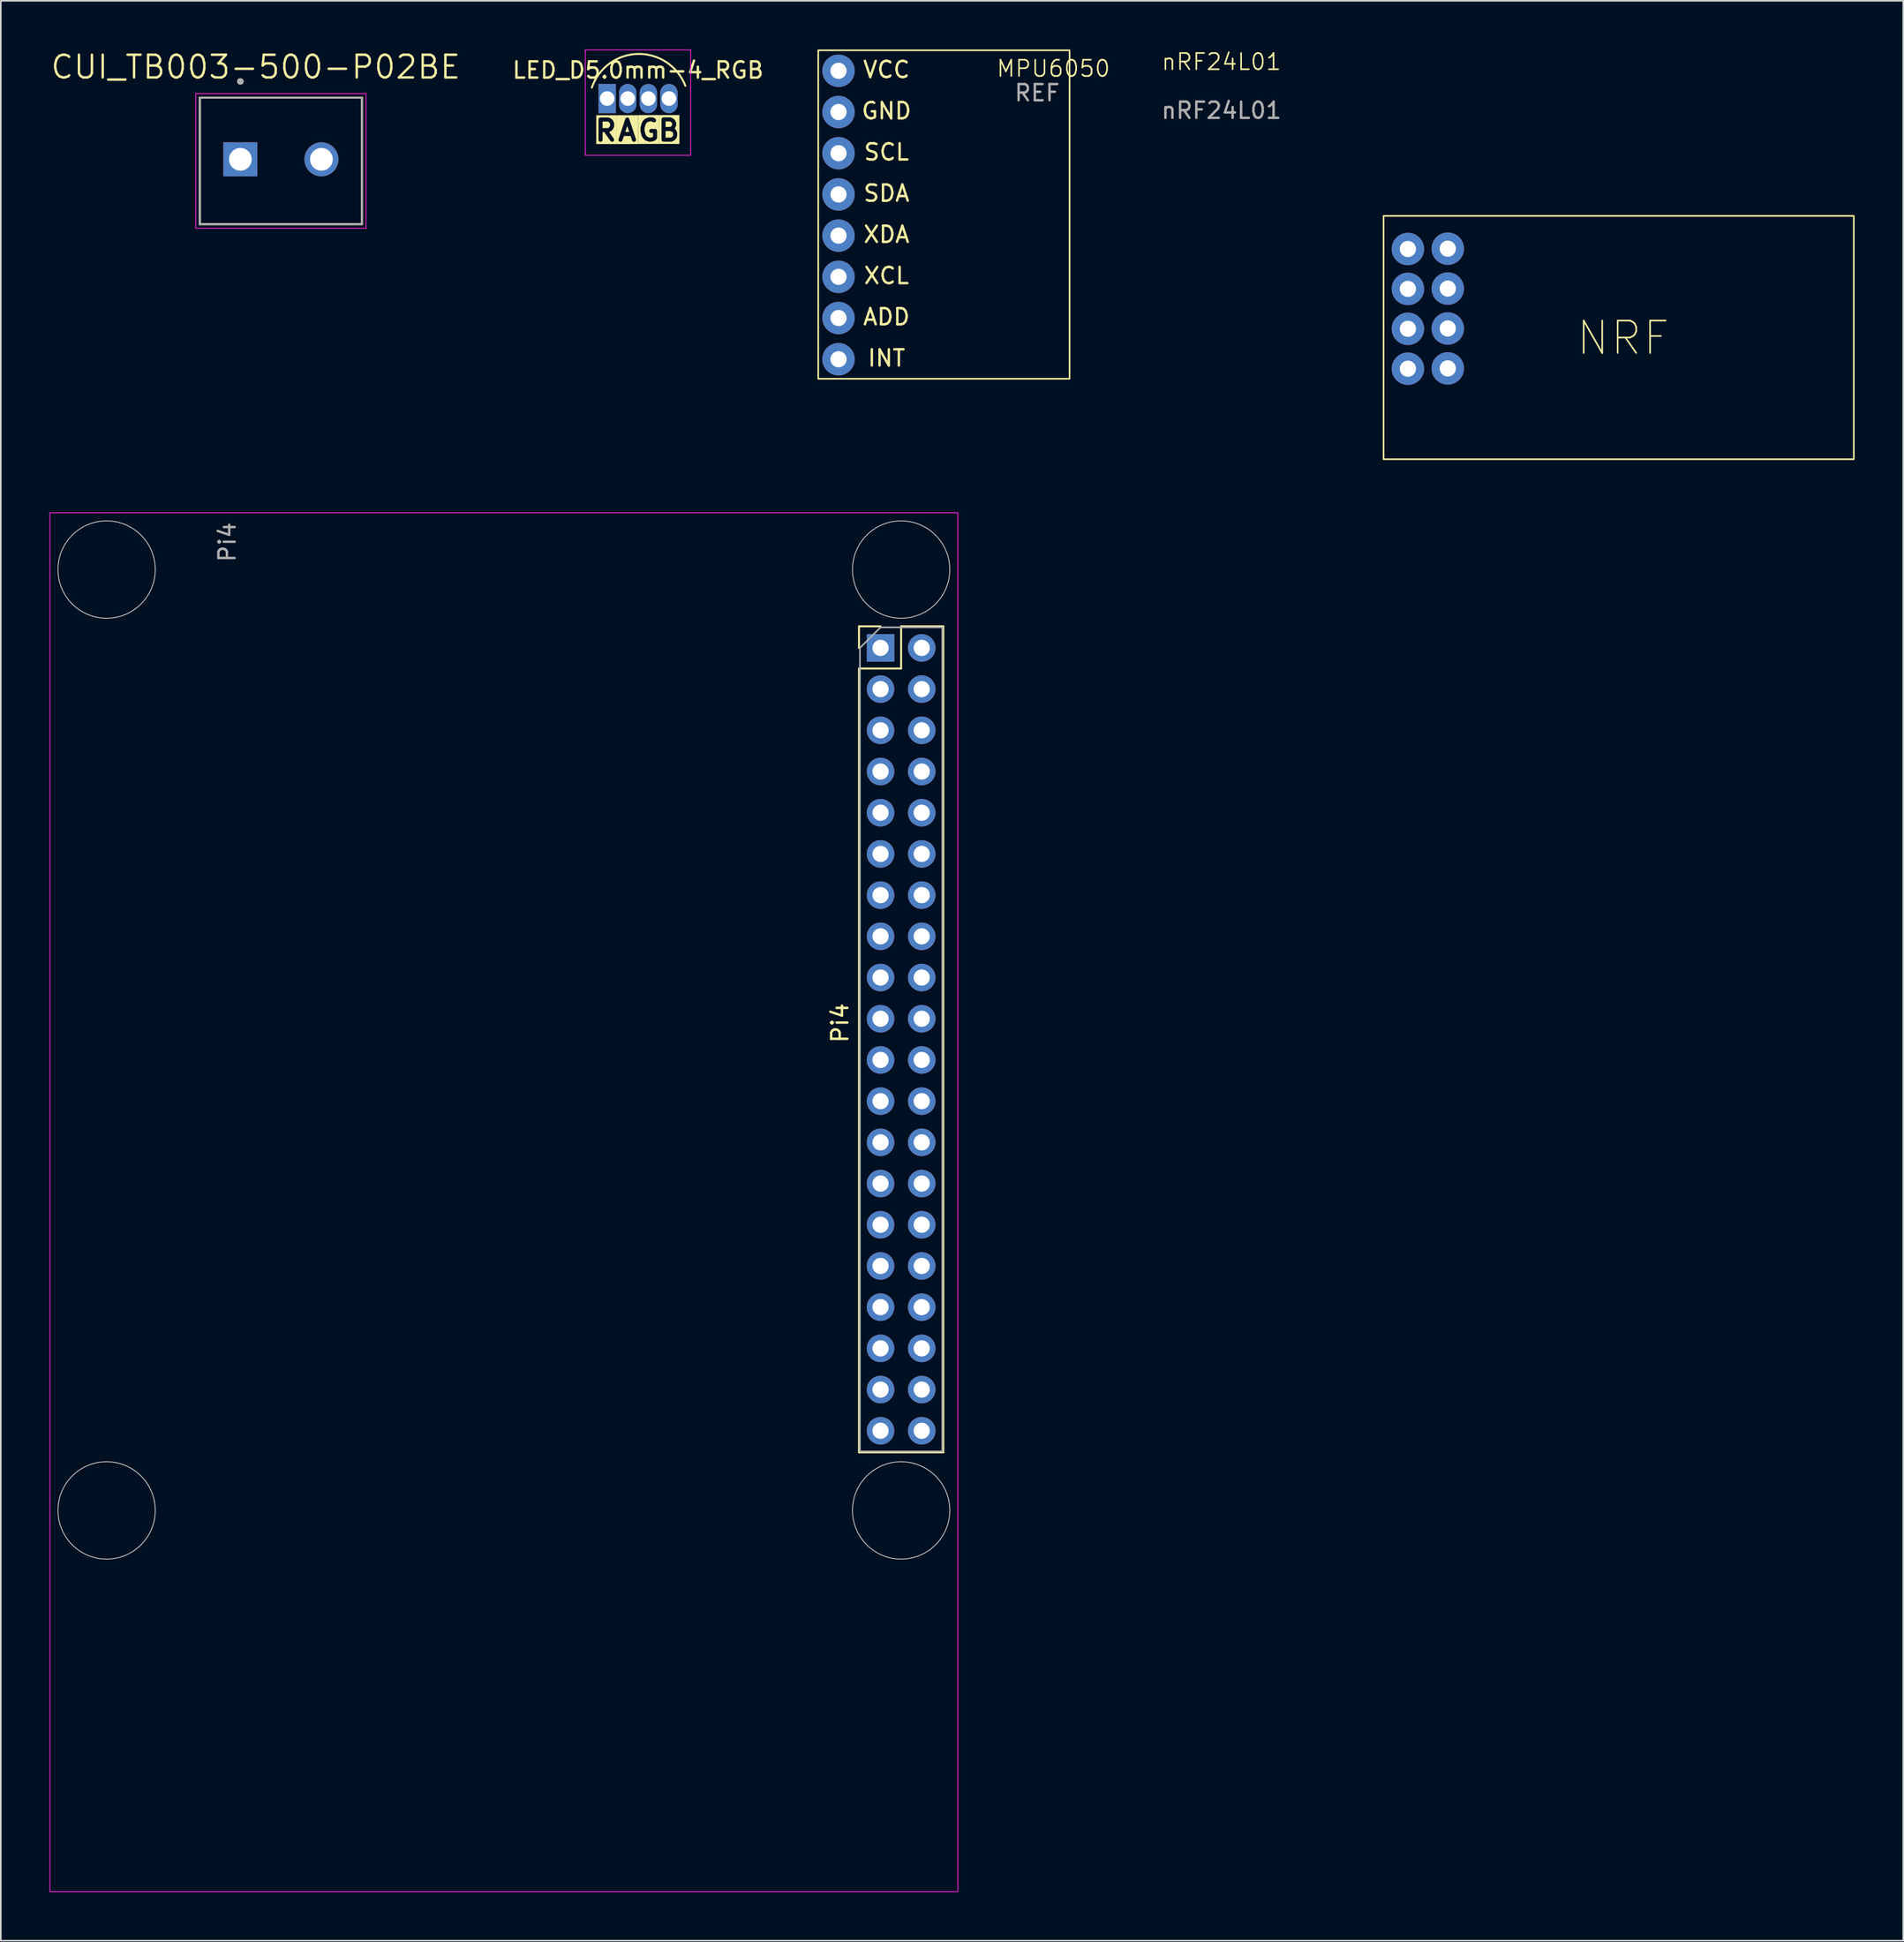
<source format=kicad_pcb>
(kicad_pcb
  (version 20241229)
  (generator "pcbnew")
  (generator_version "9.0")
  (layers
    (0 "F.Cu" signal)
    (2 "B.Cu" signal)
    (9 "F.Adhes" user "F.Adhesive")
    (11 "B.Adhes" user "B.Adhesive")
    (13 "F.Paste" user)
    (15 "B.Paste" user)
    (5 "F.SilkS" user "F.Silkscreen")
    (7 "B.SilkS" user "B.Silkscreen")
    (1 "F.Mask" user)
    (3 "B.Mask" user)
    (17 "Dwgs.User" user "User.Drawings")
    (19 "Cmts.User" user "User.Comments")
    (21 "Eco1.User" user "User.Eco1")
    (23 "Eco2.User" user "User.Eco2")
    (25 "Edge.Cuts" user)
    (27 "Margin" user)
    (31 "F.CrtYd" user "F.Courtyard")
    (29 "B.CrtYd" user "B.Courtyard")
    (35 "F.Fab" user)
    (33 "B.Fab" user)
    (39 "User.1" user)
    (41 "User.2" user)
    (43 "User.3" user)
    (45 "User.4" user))
  (footprint "nRF24L01"
    (layer "F.Cu")
    (at 72.278 1.26)
    (property "Reference" "nRF24L01" (at 0 -0.5 0) (unlocked yes) (layer "F.SilkS") (effects (font (size 1 1) (thickness 0.1))))
    (attr smd)
    (fp_rect (start 10 9) (end 39 24) (stroke (width 0.1) (type default)) (fill no) (layer "F.SilkS"))
    (fp_text user "NRF" (at 21.8 17.7 0) (unlocked yes) (layer "F.SilkS") (effects (font (size 2 2) (thickness 0.1)) (justify left bottom)))
    (fp_text user "${REFERENCE}" (at 0 2.5 0) (unlocked yes) (layer "F.Fab") (effects (font (size 1 1) (thickness 0.15))))
    (pad "1" thru_hole circle (at 11.5 11.04) (size 2 2) (drill 1) (layers "*.Cu" "*.Mask"))
    (pad "2" thru_hole circle (at 11.5 13.5) (size 2 2) (drill 1) (layers "*.Cu" "*.Mask"))
    (pad "3" thru_hole circle (at 11.5 15.96) (size 2 2) (drill 1) (layers "*.Cu" "*.Mask"))
    (pad "4" thru_hole circle (at 11.5 18.42) (size 2 2) (drill 1) (layers "*.Cu" "*.Mask"))
    (pad "5" thru_hole circle (at 13.96 11.02) (size 2 2) (drill 1) (layers "*.Cu" "*.Mask"))
    (pad "6" thru_hole circle (at 13.96 13.48) (size 2 2) (drill 1) (layers "*.Cu" "*.Mask"))
    (pad "7" thru_hole circle (at 13.96 15.94) (size 2 2) (drill 1) (layers "*.Cu" "*.Mask"))
    (pad "8" thru_hole circle (at 13.96 18.4) (size 2 2) (drill 1) (layers "*.Cu" "*.Mask")))
  (footprint "Pi4"
    (layer "F.Cu")
    (at 56.025 28.561)
    (property "Reference" "Pi4" (at -7.27 31.45 270) (layer "F.SilkS") (effects (font (size 1 1) (thickness 0.15))))
    (attr through_hole)
    (fp_line (start -6.1 7) (end -4.77 7) (stroke (width 0.12) (type solid)) (layer "F.SilkS"))
    (fp_line (start -6.1 8.33) (end -6.1 7) (stroke (width 0.12) (type solid)) (layer "F.SilkS"))
    (fp_line (start -6.1 9.6) (end -6.1 57.92) (stroke (width 0.12) (type solid)) (layer "F.SilkS"))
    (fp_line (start -6.1 9.6) (end -3.5 9.6) (stroke (width 0.12) (type solid)) (layer "F.SilkS"))
    (fp_line (start -6.1 57.92) (end -0.9 57.92) (stroke (width 0.12) (type solid)) (layer "F.SilkS"))
    (fp_line (start -3.5 7) (end -0.9 7) (stroke (width 0.12) (type solid)) (layer "F.SilkS"))
    (fp_line (start -3.5 9.6) (end -3.5 7) (stroke (width 0.12) (type solid)) (layer "F.SilkS"))
    (fp_line (start -0.9 7) (end -0.9 57.92) (stroke (width 0.12) (type solid)) (layer "F.SilkS"))
    (fp_circle (center -52.5 3.5) (end -49.5 3.5) (stroke (width 0.05) (type default)) (fill no) (layer "Edge.Cuts"))
    (fp_circle (center -52.5 61.5) (end -49.5 61.5) (stroke (width 0.05) (type default)) (fill no) (layer "Edge.Cuts"))
    (fp_circle (center -3.5 3.5) (end -0.5 3.5) (stroke (width 0.05) (type default)) (fill no) (layer "Edge.Cuts"))
    (fp_circle (center -3.5 61.5) (end -0.5 61.5) (stroke (width 0.05) (type default)) (fill no) (layer "Edge.Cuts"))
    (fp_line (start -56 0) (end -56 85) (stroke (width 0.05) (type solid)) (layer "F.CrtYd"))
    (fp_line (start 0 0) (end -56 0) (stroke (width 0.05) (type solid)) (layer "F.CrtYd"))
    (fp_line (start 0 0) (end 0 85) (stroke (width 0.05) (type solid)) (layer "F.CrtYd"))
    (fp_line (start 0 85) (end -56 85) (stroke (width 0.05) (type solid)) (layer "F.CrtYd"))
    (fp_line (start -6.04 8.33) (end -4.77 7.06) (stroke (width 0.1) (type solid)) (layer "F.Fab"))
    (fp_line (start -6.04 57.86) (end -6.04 8.33) (stroke (width 0.1) (type solid)) (layer "F.Fab"))
    (fp_line (start -4.77 7.06) (end -0.96 7.06) (stroke (width 0.1) (type solid)) (layer "F.Fab"))
    (fp_line (start -0.96 7.06) (end -0.96 57.86) (stroke (width 0.1) (type solid)) (layer "F.Fab"))
    (fp_line (start -0.96 57.86) (end -6.04 57.86) (stroke (width 0.1) (type solid)) (layer "F.Fab"))
    (fp_text user "${REFERENCE}" (at -45.06 1.81 270) (layer "F.Fab") (effects (font (size 1 1) (thickness 0.15))))
    (pad "1" thru_hole rect (at -4.77 8.33) (size 1.7 1.7) (drill 1) (layers "*.Cu" "*.Mask"))
    (pad "2" thru_hole oval (at -2.23 8.33) (size 1.7 1.7) (drill 1) (layers "*.Cu" "*.Mask"))
    (pad "3" thru_hole oval (at -4.77 10.87) (size 1.7 1.7) (drill 1) (layers "*.Cu" "*.Mask"))
    (pad "4" thru_hole oval (at -2.23 10.87) (size 1.7 1.7) (drill 1) (layers "*.Cu" "*.Mask"))
    (pad "5" thru_hole oval (at -4.77 13.41) (size 1.7 1.7) (drill 1) (layers "*.Cu" "*.Mask"))
    (pad "6" thru_hole oval (at -2.23 13.41) (size 1.7 1.7) (drill 1) (layers "*.Cu" "*.Mask"))
    (pad "7" thru_hole oval (at -4.77 15.95) (size 1.7 1.7) (drill 1) (layers "*.Cu" "*.Mask"))
    (pad "8" thru_hole oval (at -2.23 15.95) (size 1.7 1.7) (drill 1) (layers "*.Cu" "*.Mask"))
    (pad "9" thru_hole oval (at -4.77 18.49) (size 1.7 1.7) (drill 1) (layers "*.Cu" "*.Mask"))
    (pad "10" thru_hole oval (at -2.23 18.49) (size 1.7 1.7) (drill 1) (layers "*.Cu" "*.Mask"))
    (pad "11" thru_hole oval (at -4.77 21.03) (size 1.7 1.7) (drill 1) (layers "*.Cu" "*.Mask"))
    (pad "12" thru_hole oval (at -2.23 21.03) (size 1.7 1.7) (drill 1) (layers "*.Cu" "*.Mask"))
    (pad "13" thru_hole oval (at -4.77 23.57) (size 1.7 1.7) (drill 1) (layers "*.Cu" "*.Mask"))
    (pad "14" thru_hole oval (at -2.23 23.57) (size 1.7 1.7) (drill 1) (layers "*.Cu" "*.Mask"))
    (pad "15" thru_hole oval (at -4.77 26.11) (size 1.7 1.7) (drill 1) (layers "*.Cu" "*.Mask"))
    (pad "16" thru_hole oval (at -2.23 26.11) (size 1.7 1.7) (drill 1) (layers "*.Cu" "*.Mask"))
    (pad "17" thru_hole oval (at -4.77 28.65) (size 1.7 1.7) (drill 1) (layers "*.Cu" "*.Mask"))
    (pad "18" thru_hole oval (at -2.23 28.65) (size 1.7 1.7) (drill 1) (layers "*.Cu" "*.Mask"))
    (pad "19" thru_hole oval (at -4.77 31.19) (size 1.7 1.7) (drill 1) (layers "*.Cu" "*.Mask"))
    (pad "20" thru_hole oval (at -2.23 31.19) (size 1.7 1.7) (drill 1) (layers "*.Cu" "*.Mask"))
    (pad "21" thru_hole oval (at -4.77 33.73) (size 1.7 1.7) (drill 1) (layers "*.Cu" "*.Mask"))
    (pad "22" thru_hole oval (at -2.23 33.73) (size 1.7 1.7) (drill 1) (layers "*.Cu" "*.Mask"))
    (pad "23" thru_hole oval (at -4.77 36.27) (size 1.7 1.7) (drill 1) (layers "*.Cu" "*.Mask"))
    (pad "24" thru_hole oval (at -2.23 36.27) (size 1.7 1.7) (drill 1) (layers "*.Cu" "*.Mask"))
    (pad "25" thru_hole oval (at -4.77 38.81) (size 1.7 1.7) (drill 1) (layers "*.Cu" "*.Mask"))
    (pad "26" thru_hole oval (at -2.23 38.81) (size 1.7 1.7) (drill 1) (layers "*.Cu" "*.Mask"))
    (pad "27" thru_hole oval (at -4.77 41.35) (size 1.7 1.7) (drill 1) (layers "*.Cu" "*.Mask"))
    (pad "28" thru_hole oval (at -2.23 41.35) (size 1.7 1.7) (drill 1) (layers "*.Cu" "*.Mask"))
    (pad "29" thru_hole oval (at -4.77 43.89) (size 1.7 1.7) (drill 1) (layers "*.Cu" "*.Mask"))
    (pad "30" thru_hole oval (at -2.23 43.89) (size 1.7 1.7) (drill 1) (layers "*.Cu" "*.Mask"))
    (pad "31" thru_hole oval (at -4.77 46.43) (size 1.7 1.7) (drill 1) (layers "*.Cu" "*.Mask"))
    (pad "32" thru_hole oval (at -2.23 46.43) (size 1.7 1.7) (drill 1) (layers "*.Cu" "*.Mask"))
    (pad "33" thru_hole oval (at -4.77 48.97) (size 1.7 1.7) (drill 1) (layers "*.Cu" "*.Mask"))
    (pad "34" thru_hole oval (at -2.23 48.97) (size 1.7 1.7) (drill 1) (layers "*.Cu" "*.Mask"))
    (pad "35" thru_hole oval (at -4.77 51.51) (size 1.7 1.7) (drill 1) (layers "*.Cu" "*.Mask"))
    (pad "36" thru_hole oval (at -2.23 51.51) (size 1.7 1.7) (drill 1) (layers "*.Cu" "*.Mask"))
    (pad "37" thru_hole oval (at -4.77 54.05) (size 1.7 1.7) (drill 1) (layers "*.Cu" "*.Mask"))
    (pad "38" thru_hole oval (at -2.23 54.05) (size 1.7 1.7) (drill 1) (layers "*.Cu" "*.Mask"))
    (pad "39" thru_hole oval (at -4.77 56.59) (size 1.7 1.7) (drill 1) (layers "*.Cu" "*.Mask"))
    (pad "40" thru_hole oval (at -2.23 56.59) (size 1.7 1.7) (drill 1) (layers "*.Cu" "*.Mask")))
  (footprint "CUI_TB003-500-P02BE"
    (layer "F.Cu")
    (at 11.773 6.771)
    (property "Reference" "CUI_TB003-500-P02BE" (at 0.945 -5.689 0) (layer "F.SilkS") (effects (font (size 1.4 1.4) (thickness 0.15))))
    (attr through_hole)
    (fp_line (start -2.5 -3.8) (end 7.5 -3.8) (stroke (width 0.127) (type solid)) (layer "F.SilkS"))
    (fp_line (start -2.5 4) (end -2.5 -3.8) (stroke (width 0.127) (type solid)) (layer "F.SilkS"))
    (fp_line (start 7.5 -3.8) (end 7.5 4) (stroke (width 0.127) (type solid)) (layer "F.SilkS"))
    (fp_line (start 7.5 4) (end -2.5 4) (stroke (width 0.127) (type solid)) (layer "F.SilkS"))
    (fp_circle (center 0 -4.8) (end 0.1 -4.8) (stroke (width 0.2) (type solid)) (fill no) (layer "F.SilkS"))
    (fp_line (start -2.75 -4.05) (end 7.75 -4.05) (stroke (width 0.05) (type solid)) (layer "F.CrtYd"))
    (fp_line (start -2.75 4.25) (end -2.75 -4.05) (stroke (width 0.05) (type solid)) (layer "F.CrtYd"))
    (fp_line (start 7.75 -4.05) (end 7.75 4.25) (stroke (width 0.05) (type solid)) (layer "F.CrtYd"))
    (fp_line (start 7.75 4.25) (end -2.75 4.25) (stroke (width 0.05) (type solid)) (layer "F.CrtYd"))
    (fp_line (start -2.5 -3.8) (end 7.5 -3.8) (stroke (width 0.127) (type solid)) (layer "F.Fab"))
    (fp_line (start -2.5 4) (end -2.5 -3.8) (stroke (width 0.127) (type solid)) (layer "F.Fab"))
    (fp_line (start 7.5 -3.8) (end 7.5 4) (stroke (width 0.127) (type solid)) (layer "F.Fab"))
    (fp_line (start 7.5 4) (end -2.5 4) (stroke (width 0.127) (type solid)) (layer "F.Fab"))
    (fp_circle (center 0 -4.8) (end 0.1 -4.8) (stroke (width 0.2) (type solid)) (fill no) (layer "F.Fab"))
    (pad "1" thru_hole rect (at 0 0) (size 2.1 2.1) (drill 1.4) (layers "*.Cu" "*.Mask"))
    (pad "2" thru_hole circle (at 5 0) (size 2.1 2.1) (drill 1.4) (layers "*.Cu" "*.Mask")))
  (footprint "MPU6050"
    (layer "F.Cu")
    (at 47.413 10.175)
    (property "Reference" "MPU6050" (at 14.5 -9 0) (unlocked yes) (layer "F.SilkS") (effects (font (size 1 1) (thickness 0.1))))
    (attr smd)
    (fp_rect (start 0 -10.125) (end 15.5 10.125) (stroke (width 0.1) (type default)) (fill no) (layer "F.SilkS"))
    (fp_text user "XDA" (at 4.21 1.23 180) (layer "F.SilkS") (effects (font (size 1 1) (thickness 0.15))))
    (fp_text user "VCC" (at 4.21 -8.93 180) (layer "F.SilkS") (effects (font (size 1 1) (thickness 0.15))))
    (fp_text user "SDA" (at 4.21 -1.31 180) (layer "F.SilkS") (effects (font (size 1 1) (thickness 0.15))))
    (fp_text user "INT" (at 4.21 8.85 180) (layer "F.SilkS") (effects (font (size 1 1) (thickness 0.15))))
    (fp_text user "SCL" (at 4.21 -3.85 180) (layer "F.SilkS") (effects (font (size 1 1) (thickness 0.15))))
    (fp_text user "ADD" (at 4.21 6.31 180) (layer "F.SilkS") (effects (font (size 1 1) (thickness 0.15))))
    (fp_text user "XCL" (at 4.21 3.77 180) (layer "F.SilkS") (effects (font (size 1 1) (thickness 0.15))))
    (fp_text user "GND" (at 4.21 -6.39 180) (layer "F.SilkS") (effects (font (size 1 1) (thickness 0.15))))
    (fp_text user "REF" (at 13.5 -7.5 0) (unlocked yes) (layer "F.Fab") (effects (font (size 1 1) (thickness 0.15))))
    (pad "1" thru_hole circle (at 1.25 -8.86 180) (size 2 2) (drill 1) (layers "*.Cu" "*.Mask"))
    (pad "2" thru_hole circle (at 1.25 -6.32 180) (size 2 2) (drill 1) (layers "*.Cu" "*.Mask"))
    (pad "3" thru_hole circle (at 1.25 -3.78 180) (size 2 2) (drill 1) (layers "*.Cu" "*.Mask"))
    (pad "4" thru_hole circle (at 1.25 -1.24 180) (size 2 2) (drill 1) (layers "*.Cu" "*.Mask"))
    (pad "5" thru_hole circle (at 1.25 1.3 180) (size 2 2) (drill 1) (layers "*.Cu" "*.Mask"))
    (pad "6" thru_hole circle (at 1.25 3.84 180) (size 2 2) (drill 1) (layers "*.Cu" "*.Mask"))
    (pad "7" thru_hole circle (at 1.25 6.38 180) (size 2 2) (drill 1) (layers "*.Cu" "*.Mask"))
    (pad "8" thru_hole circle (at 1.25 8.92 180) (size 2 2) (drill 1) (layers "*.Cu" "*.Mask")))
  (footprint "LED_D5.0mm-4_RGB"
    (layer "F.Cu")
    (at 36.295 3.275)
    (property "Reference" "LED_D5.0mm-4_RGB" (at 0.005 -2 0) (layer "F.SilkS") (effects (font (size 1 1) (thickness 0.15))))
    (attr through_hole)
    (fp_arc (start -2.846062 -0.924771) (mid 0 -3) (end 2.923488 -1.035346) (stroke (width 0.12) (type solid)) (layer "F.SilkS"))
    (fp_line (start -3.25 -3.25) (end -3.25 3.25) (stroke (width 0.05) (type solid)) (layer "F.CrtYd"))
    (fp_line (start -3.25 3.25) (end 3.25 3.25) (stroke (width 0.05) (type solid)) (layer "F.CrtYd"))
    (fp_line (start 3.25 -3.25) (end -3.25 -3.25) (stroke (width 0.05) (type solid)) (layer "F.CrtYd"))
    (fp_line (start 3.25 3.25) (end 3.25 -3.25) (stroke (width 0.05) (type solid)) (layer "F.CrtYd"))
    (fp_text user "R" (at -2.771 2.458 0) (unlocked yes) (layer "F.SilkS" knockout) (effects (font (size 1.25 1.25) (thickness 0.25) (bold yes)) (justify left bottom)))
    (fp_text user "G" (at -0.122 2.45 0) (unlocked yes) (layer "F.SilkS" knockout) (effects (font (size 1.25 1.25) (thickness 0.25) (bold yes)) (justify left bottom)))
    (fp_text user "B" (at 1.117 2.45 0) (unlocked yes) (layer "F.SilkS" knockout) (effects (font (size 1.25 1.25) (thickness 0.25) (bold yes)) (justify left bottom)))
    (fp_text user "A" (at -1.36 2.458 0) (unlocked yes) (layer "F.SilkS" knockout) (effects (font (size 1.25 1.25) (thickness 0.25) (bold yes)) (justify left bottom)))
    (pad "1" thru_hole rect (at -1.9 -0.25) (size 1.07 1.8) (drill 0.9) (layers "*.Cu" "*.Mask"))
    (pad "2" thru_hole oval (at -0.63 -0.25) (size 1.07 1.8) (drill 0.9) (layers "*.Cu" "*.Mask"))
    (pad "3" thru_hole oval (at 0.64 -0.25) (size 1.07 1.8) (drill 0.9) (layers "*.Cu" "*.Mask"))
    (pad "4" thru_hole oval (at 1.91 -0.25) (size 1.07 1.8) (drill 0.9) (layers "*.Cu" "*.Mask")))
  (gr_rect
    (start -3 -3)
    (end 114.328 116.585)
    (stroke (width 0.1) (type default))
    (fill no)
    (layer "Edge.Cuts")))
</source>
